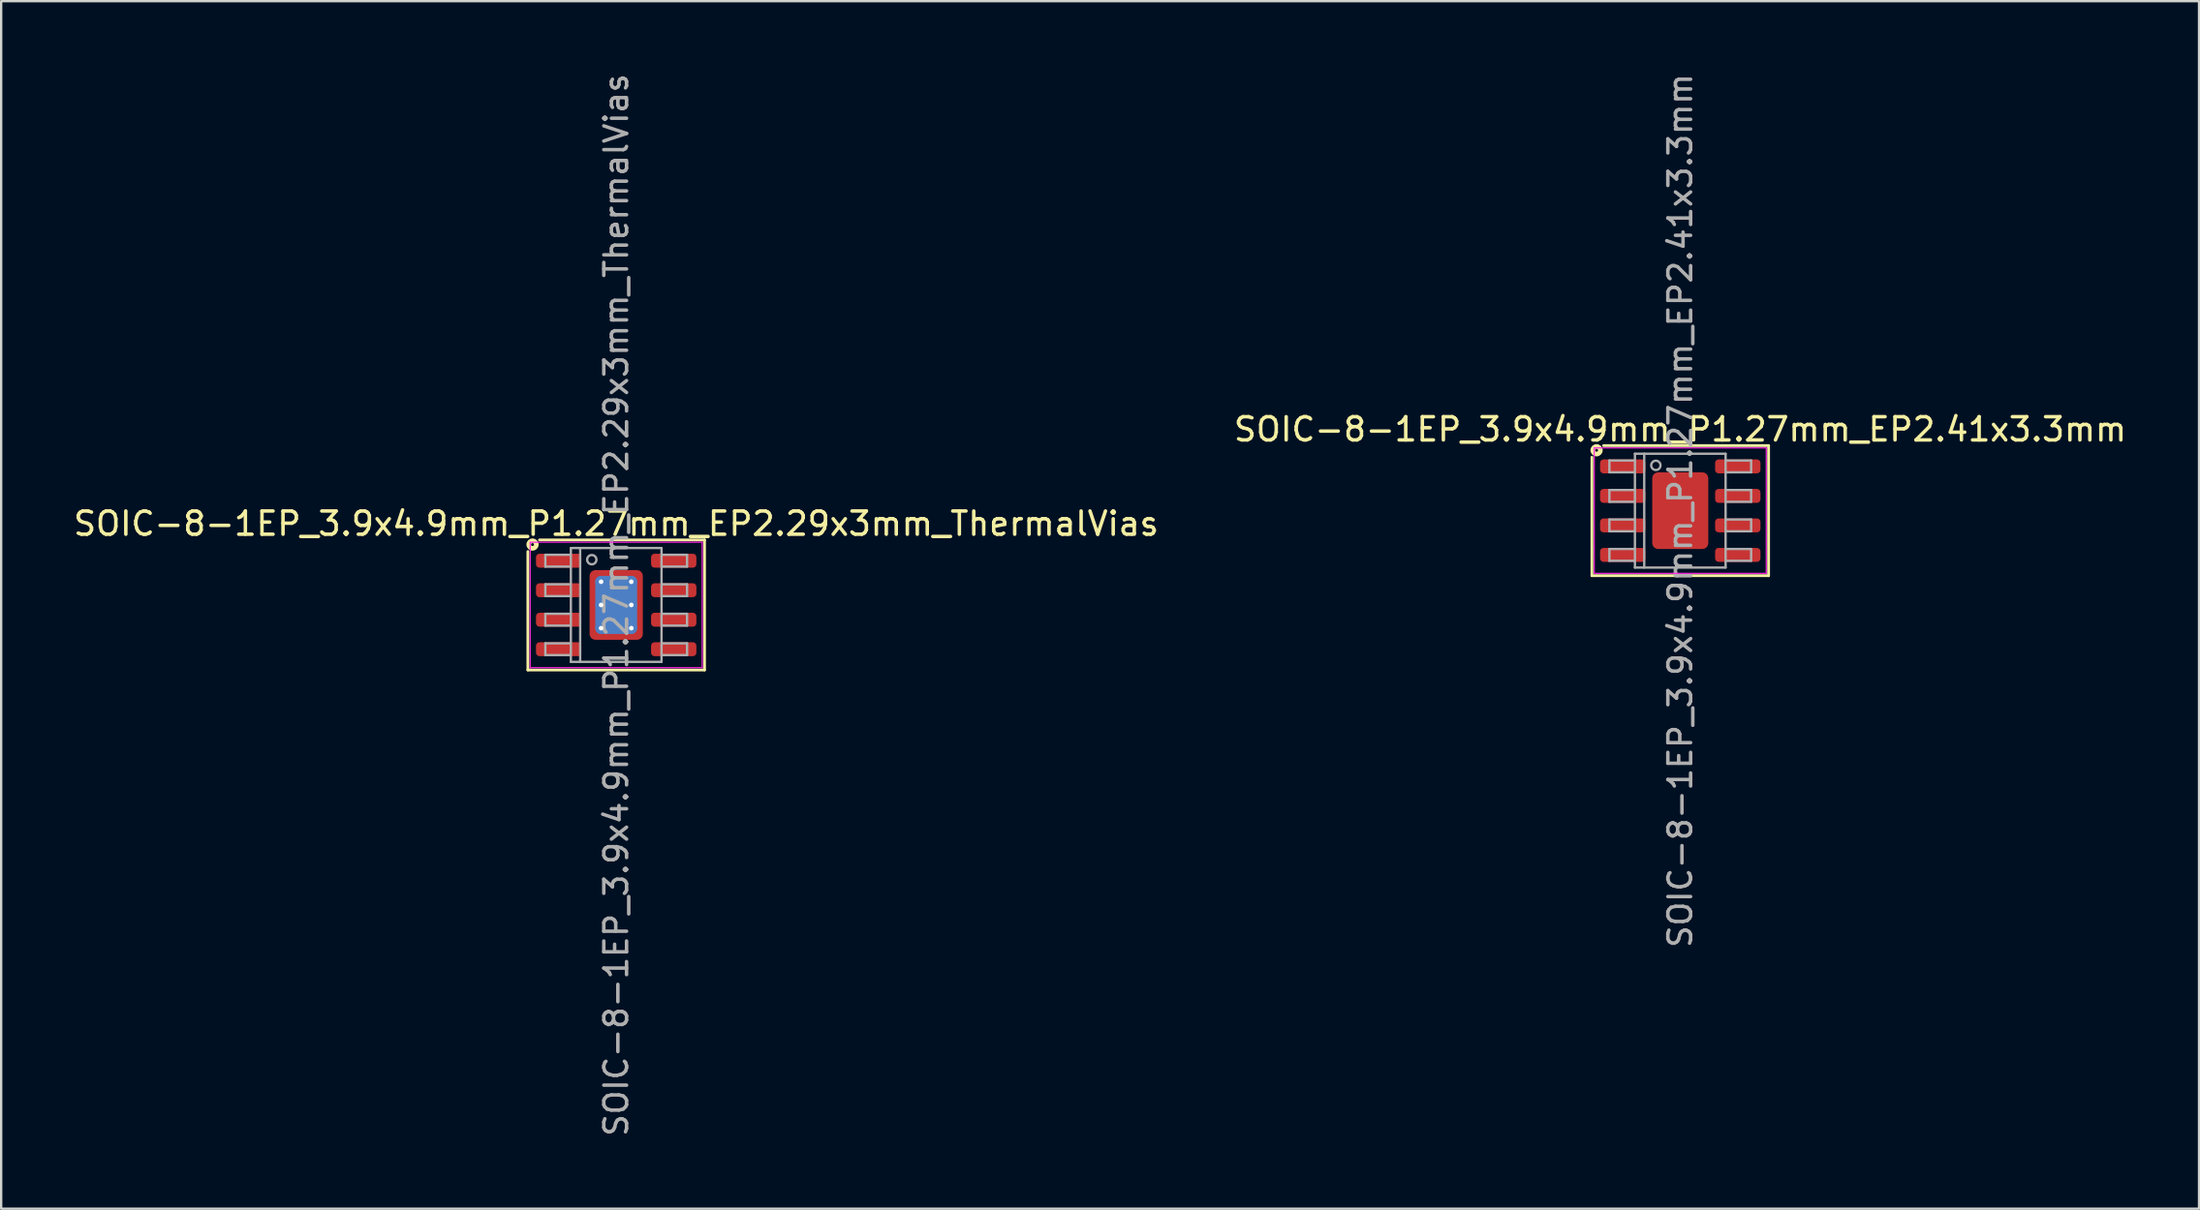
<source format=kicad_pcb>
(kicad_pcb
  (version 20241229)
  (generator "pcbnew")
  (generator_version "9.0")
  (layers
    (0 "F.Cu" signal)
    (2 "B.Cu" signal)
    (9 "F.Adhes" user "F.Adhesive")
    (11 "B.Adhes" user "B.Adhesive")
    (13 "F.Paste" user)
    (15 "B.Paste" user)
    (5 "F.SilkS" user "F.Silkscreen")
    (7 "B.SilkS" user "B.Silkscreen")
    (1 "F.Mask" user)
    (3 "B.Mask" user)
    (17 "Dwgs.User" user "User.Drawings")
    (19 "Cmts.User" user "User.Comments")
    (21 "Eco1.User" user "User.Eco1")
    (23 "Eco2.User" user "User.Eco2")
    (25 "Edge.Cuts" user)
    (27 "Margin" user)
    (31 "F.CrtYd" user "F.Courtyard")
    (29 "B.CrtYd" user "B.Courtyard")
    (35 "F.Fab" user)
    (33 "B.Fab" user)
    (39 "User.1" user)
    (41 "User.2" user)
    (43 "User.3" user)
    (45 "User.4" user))
  (footprint "SOIC-8-1EP_3.9x4.9mm_P1.27mm_EP2.41x3.3mm"
    (layer "F.Cu")
    (at 69.232 18.934)
    (property "Reference" "SOIC-8-1EP_3.9x4.9mm_P1.27mm_EP2.41x3.3mm" (at 0 -3.5 0) (layer "F.SilkS") (effects (font (size 1 1) (thickness 0.15))))
    (attr smd)
    (fp_line (start -3.8 -2.3) (end -3.8 2.8) (stroke (width 0.12) (type solid)) (layer "F.SilkS"))
    (fp_line (start -3.8 2.8) (end 3.8 2.8) (stroke (width 0.12) (type solid)) (layer "F.SilkS"))
    (fp_line (start 3.8 -2.8) (end -3.3 -2.8) (stroke (width 0.12) (type solid)) (layer "F.SilkS"))
    (fp_line (start 3.8 2.8) (end 3.8 -2.8) (stroke (width 0.12) (type solid)) (layer "F.SilkS"))
    (fp_circle (center -3.6 -2.6) (end -3.537 -2.6) (stroke (width 0.2) (type solid)) (fill no) (layer "F.SilkS"))
    (fp_line (start -3.7 -2.7) (end -3.7 2.7) (stroke (width 0.05) (type solid)) (layer "F.CrtYd"))
    (fp_line (start -3.7 2.7) (end 3.7 2.7) (stroke (width 0.05) (type solid)) (layer "F.CrtYd"))
    (fp_line (start 3.7 -2.7) (end -3.7 -2.7) (stroke (width 0.05) (type solid)) (layer "F.CrtYd"))
    (fp_line (start 3.7 2.7) (end 3.7 -2.7) (stroke (width 0.05) (type solid)) (layer "F.CrtYd"))
    (fp_line (start -3.048 -2.159) (end -3.048 -1.651) (stroke (width 0.1) (type solid)) (layer "F.Fab"))
    (fp_line (start -3.048 -2.159) (end -1.968 -2.159) (stroke (width 0.1) (type solid)) (layer "F.Fab"))
    (fp_line (start -3.048 -1.651) (end -1.968 -1.651) (stroke (width 0.1) (type solid)) (layer "F.Fab"))
    (fp_line (start -3.048 -0.889) (end -3.048 -0.381) (stroke (width 0.1) (type solid)) (layer "F.Fab"))
    (fp_line (start -3.048 -0.889) (end -1.968 -0.889) (stroke (width 0.1) (type solid)) (layer "F.Fab"))
    (fp_line (start -3.048 -0.381) (end -1.968 -0.381) (stroke (width 0.1) (type solid)) (layer "F.Fab"))
    (fp_line (start -3.048 0.381) (end -3.048 0.889) (stroke (width 0.1) (type solid)) (layer "F.Fab"))
    (fp_line (start -3.048 0.381) (end -1.968 0.381) (stroke (width 0.1) (type solid)) (layer "F.Fab"))
    (fp_line (start -3.048 0.889) (end -1.968 0.889) (stroke (width 0.1) (type solid)) (layer "F.Fab"))
    (fp_line (start -3.048 1.651) (end -3.048 2.159) (stroke (width 0.1) (type solid)) (layer "F.Fab"))
    (fp_line (start -3.048 1.651) (end -1.968 1.651) (stroke (width 0.1) (type solid)) (layer "F.Fab"))
    (fp_line (start -3.048 2.159) (end -1.968 2.159) (stroke (width 0.1) (type solid)) (layer "F.Fab"))
    (fp_line (start -1.95 -2.45) (end 1.95 -2.45) (stroke (width 0.1) (type solid)) (layer "F.Fab"))
    (fp_line (start -1.95 2.45) (end -1.95 -2.45) (stroke (width 0.1) (type solid)) (layer "F.Fab"))
    (fp_line (start -1.55 -2.45) (end -1.55 2.45) (stroke (width 0.1) (type solid)) (layer "F.Fab"))
    (fp_line (start 1.95 -2.45) (end 1.95 2.45) (stroke (width 0.1) (type solid)) (layer "F.Fab"))
    (fp_line (start 1.95 2.45) (end -1.95 2.45) (stroke (width 0.1) (type solid)) (layer "F.Fab"))
    (fp_line (start 3.048 -2.159) (end 1.968 -2.159) (stroke (width 0.1) (type solid)) (layer "F.Fab"))
    (fp_line (start 3.048 -1.651) (end 1.968 -1.651) (stroke (width 0.1) (type solid)) (layer "F.Fab"))
    (fp_line (start 3.048 -1.651) (end 3.048 -2.159) (stroke (width 0.1) (type solid)) (layer "F.Fab"))
    (fp_line (start 3.048 -0.889) (end 1.968 -0.889) (stroke (width 0.1) (type solid)) (layer "F.Fab"))
    (fp_line (start 3.048 -0.381) (end 1.968 -0.381) (stroke (width 0.1) (type solid)) (layer "F.Fab"))
    (fp_line (start 3.048 -0.381) (end 3.048 -0.889) (stroke (width 0.1) (type solid)) (layer "F.Fab"))
    (fp_line (start 3.048 0.381) (end 1.968 0.381) (stroke (width 0.1) (type solid)) (layer "F.Fab"))
    (fp_line (start 3.048 0.889) (end 1.968 0.889) (stroke (width 0.1) (type solid)) (layer "F.Fab"))
    (fp_line (start 3.048 0.889) (end 3.048 0.381) (stroke (width 0.1) (type solid)) (layer "F.Fab"))
    (fp_line (start 3.048 1.651) (end 1.968 1.651) (stroke (width 0.1) (type solid)) (layer "F.Fab"))
    (fp_line (start 3.048 2.159) (end 1.968 2.159) (stroke (width 0.1) (type solid)) (layer "F.Fab"))
    (fp_line (start 3.048 2.159) (end 3.048 1.651) (stroke (width 0.1) (type solid)) (layer "F.Fab"))
    (fp_circle (center -1.05 -1.95) (end -0.85 -1.95) (stroke (width 0.1) (type solid)) (fill no) (layer "F.Fab"))
    (fp_text user "${REFERENCE}" (at 0 0 90) (layer "F.Fab") (effects (font (size 0.98 0.98) (thickness 0.15))))
    (pad "" smd roundrect (at -0.6 -0.825) (size 0.97 1.33) (layers "F.Paste") (roundrect_rratio 0.25))
    (pad "" smd roundrect (at -0.6 0.825) (size 0.97 1.33) (layers "F.Paste") (roundrect_rratio 0.25))
    (pad "" smd roundrect (at 0.6 -0.825) (size 0.97 1.33) (layers "F.Paste") (roundrect_rratio 0.25))
    (pad "" smd roundrect (at 0.6 0.825) (size 0.97 1.33) (layers "F.Paste") (roundrect_rratio 0.25))
    (pad "1" smd roundrect (at -2.475 -1.905) (size 1.95 0.6) (layers "F.Cu" "F.Mask" "F.Paste") (roundrect_rratio 0.25))
    (pad "2" smd roundrect (at -2.475 -0.635) (size 1.95 0.6) (layers "F.Cu" "F.Mask" "F.Paste") (roundrect_rratio 0.25))
    (pad "3" smd roundrect (at -2.475 0.635) (size 1.95 0.6) (layers "F.Cu" "F.Mask" "F.Paste") (roundrect_rratio 0.25))
    (pad "4" smd roundrect (at -2.475 1.905) (size 1.95 0.6) (layers "F.Cu" "F.Mask" "F.Paste") (roundrect_rratio 0.25))
    (pad "5" smd roundrect (at 2.475 1.905) (size 1.95 0.6) (layers "F.Cu" "F.Mask" "F.Paste") (roundrect_rratio 0.25))
    (pad "6" smd roundrect (at 2.475 0.635) (size 1.95 0.6) (layers "F.Cu" "F.Mask" "F.Paste") (roundrect_rratio 0.25))
    (pad "7" smd roundrect (at 2.475 -0.635) (size 1.95 0.6) (layers "F.Cu" "F.Mask" "F.Paste") (roundrect_rratio 0.25))
    (pad "8" smd roundrect (at 2.475 -1.905) (size 1.95 0.6) (layers "F.Cu" "F.Mask" "F.Paste") (roundrect_rratio 0.25))
    (pad "9" smd roundrect (at 0 0) (size 2.41 3.3) (layers "F.Cu" "F.Mask") (roundrect_rratio 0.104)))
  (footprint "SOIC-8-1EP_3.9x4.9mm_P1.27mm_EP2.29x3mm_ThermalVias"
    (layer "F.Cu")
    (at 23.458 22.994)
    (property "Reference" "SOIC-8-1EP_3.9x4.9mm_P1.27mm_EP2.29x3mm_ThermalVias" (at 0 -3.5 0) (layer "F.SilkS") (effects (font (size 1 1) (thickness 0.15))))
    (attr smd)
    (fp_line (start -3.8 -2.3) (end -3.8 2.8) (stroke (width 0.12) (type solid)) (layer "F.SilkS"))
    (fp_line (start -3.8 2.8) (end 3.8 2.8) (stroke (width 0.12) (type solid)) (layer "F.SilkS"))
    (fp_line (start 3.8 -2.8) (end -3.3 -2.8) (stroke (width 0.12) (type solid)) (layer "F.SilkS"))
    (fp_line (start 3.8 2.8) (end 3.8 -2.8) (stroke (width 0.12) (type solid)) (layer "F.SilkS"))
    (fp_circle (center -3.6 -2.6) (end -3.537 -2.6) (stroke (width 0.2) (type solid)) (fill no) (layer "F.SilkS"))
    (fp_line (start -3.7 -2.7) (end -3.7 2.7) (stroke (width 0.05) (type solid)) (layer "F.CrtYd"))
    (fp_line (start -3.7 2.7) (end 3.7 2.7) (stroke (width 0.05) (type solid)) (layer "F.CrtYd"))
    (fp_line (start 3.7 -2.7) (end -3.7 -2.7) (stroke (width 0.05) (type solid)) (layer "F.CrtYd"))
    (fp_line (start 3.7 2.7) (end 3.7 -2.7) (stroke (width 0.05) (type solid)) (layer "F.CrtYd"))
    (fp_line (start -3.048 -2.159) (end -3.048 -1.651) (stroke (width 0.1) (type solid)) (layer "F.Fab"))
    (fp_line (start -3.048 -2.159) (end -1.968 -2.159) (stroke (width 0.1) (type solid)) (layer "F.Fab"))
    (fp_line (start -3.048 -1.651) (end -1.968 -1.651) (stroke (width 0.1) (type solid)) (layer "F.Fab"))
    (fp_line (start -3.048 -0.889) (end -3.048 -0.381) (stroke (width 0.1) (type solid)) (layer "F.Fab"))
    (fp_line (start -3.048 -0.889) (end -1.968 -0.889) (stroke (width 0.1) (type solid)) (layer "F.Fab"))
    (fp_line (start -3.048 -0.381) (end -1.968 -0.381) (stroke (width 0.1) (type solid)) (layer "F.Fab"))
    (fp_line (start -3.048 0.381) (end -3.048 0.889) (stroke (width 0.1) (type solid)) (layer "F.Fab"))
    (fp_line (start -3.048 0.381) (end -1.968 0.381) (stroke (width 0.1) (type solid)) (layer "F.Fab"))
    (fp_line (start -3.048 0.889) (end -1.968 0.889) (stroke (width 0.1) (type solid)) (layer "F.Fab"))
    (fp_line (start -3.048 1.651) (end -3.048 2.159) (stroke (width 0.1) (type solid)) (layer "F.Fab"))
    (fp_line (start -3.048 1.651) (end -1.968 1.651) (stroke (width 0.1) (type solid)) (layer "F.Fab"))
    (fp_line (start -3.048 2.159) (end -1.968 2.159) (stroke (width 0.1) (type solid)) (layer "F.Fab"))
    (fp_line (start -1.95 -2.45) (end 1.95 -2.45) (stroke (width 0.1) (type solid)) (layer "F.Fab"))
    (fp_line (start -1.95 2.45) (end -1.95 -2.45) (stroke (width 0.1) (type solid)) (layer "F.Fab"))
    (fp_line (start -1.55 -2.45) (end -1.55 2.45) (stroke (width 0.1) (type solid)) (layer "F.Fab"))
    (fp_line (start 1.95 -2.45) (end 1.95 2.45) (stroke (width 0.1) (type solid)) (layer "F.Fab"))
    (fp_line (start 1.95 2.45) (end -1.95 2.45) (stroke (width 0.1) (type solid)) (layer "F.Fab"))
    (fp_line (start 3.048 -2.159) (end 1.968 -2.159) (stroke (width 0.1) (type solid)) (layer "F.Fab"))
    (fp_line (start 3.048 -1.651) (end 1.968 -1.651) (stroke (width 0.1) (type solid)) (layer "F.Fab"))
    (fp_line (start 3.048 -1.651) (end 3.048 -2.159) (stroke (width 0.1) (type solid)) (layer "F.Fab"))
    (fp_line (start 3.048 -0.889) (end 1.968 -0.889) (stroke (width 0.1) (type solid)) (layer "F.Fab"))
    (fp_line (start 3.048 -0.381) (end 1.968 -0.381) (stroke (width 0.1) (type solid)) (layer "F.Fab"))
    (fp_line (start 3.048 -0.381) (end 3.048 -0.889) (stroke (width 0.1) (type solid)) (layer "F.Fab"))
    (fp_line (start 3.048 0.381) (end 1.968 0.381) (stroke (width 0.1) (type solid)) (layer "F.Fab"))
    (fp_line (start 3.048 0.889) (end 1.968 0.889) (stroke (width 0.1) (type solid)) (layer "F.Fab"))
    (fp_line (start 3.048 0.889) (end 3.048 0.381) (stroke (width 0.1) (type solid)) (layer "F.Fab"))
    (fp_line (start 3.048 1.651) (end 1.968 1.651) (stroke (width 0.1) (type solid)) (layer "F.Fab"))
    (fp_line (start 3.048 2.159) (end 1.968 2.159) (stroke (width 0.1) (type solid)) (layer "F.Fab"))
    (fp_line (start 3.048 2.159) (end 3.048 1.651) (stroke (width 0.1) (type solid)) (layer "F.Fab"))
    (fp_circle (center -1.05 -1.95) (end -0.85 -1.95) (stroke (width 0.1) (type solid)) (fill no) (layer "F.Fab"))
    (fp_text user "${REFERENCE}" (at 0 0 90) (layer "F.Fab") (effects (font (size 0.98 0.98) (thickness 0.15))))
    (pad "" smd roundrect (at -0.57 -0.75) (size 0.96 1.25) (layers "F.Paste") (roundrect_rratio 0.25))
    (pad "" smd roundrect (at -0.57 0.75) (size 0.96 1.25) (layers "F.Paste") (roundrect_rratio 0.25))
    (pad "" smd roundrect (at 0.57 -0.75) (size 0.96 1.25) (layers "F.Paste") (roundrect_rratio 0.25))
    (pad "" smd roundrect (at 0.57 0.75) (size 0.96 1.25) (layers "F.Paste") (roundrect_rratio 0.25))
    (pad "1" smd roundrect (at -2.475 -1.905) (size 1.95 0.6) (layers "F.Cu" "F.Mask" "F.Paste") (roundrect_rratio 0.25))
    (pad "2" smd roundrect (at -2.475 -0.635) (size 1.95 0.6) (layers "F.Cu" "F.Mask" "F.Paste") (roundrect_rratio 0.25))
    (pad "3" smd roundrect (at -2.475 0.635) (size 1.95 0.6) (layers "F.Cu" "F.Mask" "F.Paste") (roundrect_rratio 0.25))
    (pad "4" smd roundrect (at -2.475 1.905) (size 1.95 0.6) (layers "F.Cu" "F.Mask" "F.Paste") (roundrect_rratio 0.25))
    (pad "5" smd roundrect (at 2.475 1.905) (size 1.95 0.6) (layers "F.Cu" "F.Mask" "F.Paste") (roundrect_rratio 0.25))
    (pad "6" smd roundrect (at 2.475 0.635) (size 1.95 0.6) (layers "F.Cu" "F.Mask" "F.Paste") (roundrect_rratio 0.25))
    (pad "7" smd roundrect (at 2.475 -0.635) (size 1.95 0.6) (layers "F.Cu" "F.Mask" "F.Paste") (roundrect_rratio 0.25))
    (pad "8" smd roundrect (at 2.475 -1.905) (size 1.95 0.6) (layers "F.Cu" "F.Mask" "F.Paste") (roundrect_rratio 0.25))
    (pad "9" thru_hole circle (at -0.65 -1) (size 0.5 0.5) (drill 0.2) (property pad_prop_heatsink) (layers "*.Cu"))
    (pad "9" thru_hole circle (at -0.65 0) (size 0.5 0.5) (drill 0.2) (property pad_prop_heatsink) (layers "*.Cu"))
    (pad "9" thru_hole circle (at -0.65 1) (size 0.5 0.5) (drill 0.2) (property pad_prop_heatsink) (layers "*.Cu"))
    (pad "9" smd roundrect (at 0 0) (size 1.8 2.5) (layers "B.Cu" "B.Mask") (roundrect_rratio 0.139))
    (pad "9" smd roundrect (at 0 0) (size 2.29 3) (layers "F.Cu" "F.Mask") (roundrect_rratio 0.109))
    (pad "9" thru_hole circle (at 0.65 -1) (size 0.5 0.5) (drill 0.2) (property pad_prop_heatsink) (layers "*.Cu"))
    (pad "9" thru_hole circle (at 0.65 0) (size 0.5 0.5) (drill 0.2) (property pad_prop_heatsink) (layers "*.Cu"))
    (pad "9" thru_hole circle (at 0.65 1) (size 0.5 0.5) (drill 0.2) (property pad_prop_heatsink) (layers "*.Cu")))
  (gr_rect
    (start -3 -3)
    (end 91.548 48.987)
    (stroke (width 0.1) (type default))
    (fill no)
    (layer "Edge.Cuts")))
</source>
